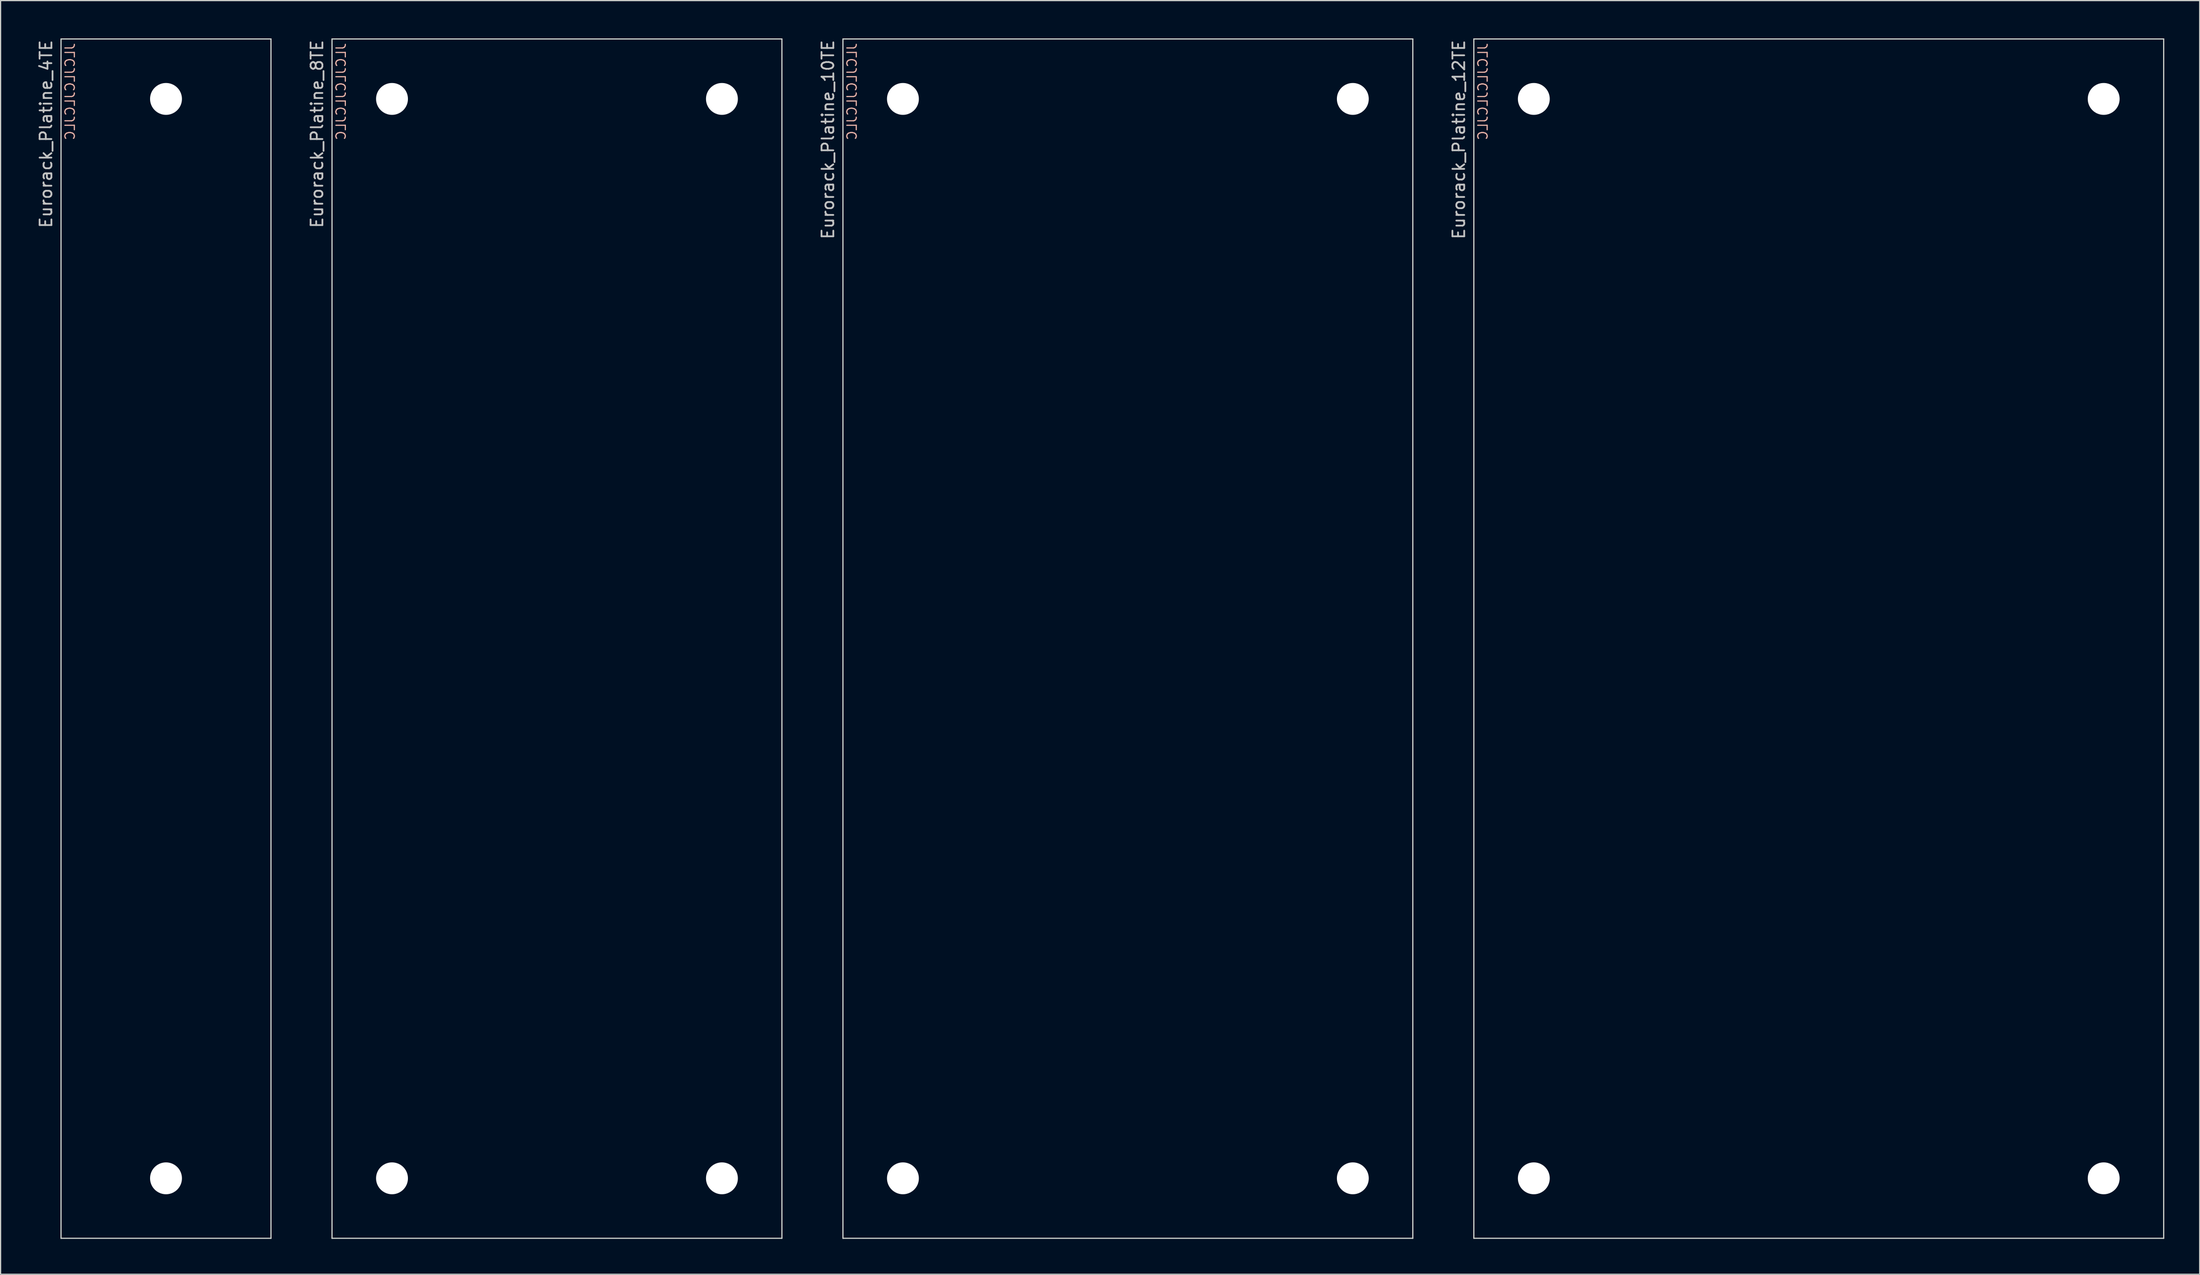
<source format=kicad_pcb>
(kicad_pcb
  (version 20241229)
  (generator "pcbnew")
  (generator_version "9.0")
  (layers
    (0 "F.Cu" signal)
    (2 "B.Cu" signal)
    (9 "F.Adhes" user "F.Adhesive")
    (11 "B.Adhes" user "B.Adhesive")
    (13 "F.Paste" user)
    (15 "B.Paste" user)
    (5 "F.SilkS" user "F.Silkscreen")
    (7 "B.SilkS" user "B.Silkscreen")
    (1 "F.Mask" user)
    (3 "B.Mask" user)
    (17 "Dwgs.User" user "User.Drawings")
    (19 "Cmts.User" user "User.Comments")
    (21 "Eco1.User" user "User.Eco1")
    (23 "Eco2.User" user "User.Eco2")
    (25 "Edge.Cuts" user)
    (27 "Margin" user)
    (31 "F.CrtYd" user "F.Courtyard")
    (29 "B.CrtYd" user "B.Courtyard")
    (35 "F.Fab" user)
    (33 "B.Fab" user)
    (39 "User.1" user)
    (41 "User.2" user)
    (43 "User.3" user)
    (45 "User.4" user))
  (footprint "Eurorack_Platine_12TE"
    (layer "F.Cu")
    (at 121.763 0.25)
    (property "Reference" "Eurorack_Platine_12TE" (at -1.27 0 90) (layer "Dwgs.User") (effects (font (size 1 1) (thickness 0.15)) (justify right)))
    (attr through_hole)
    (fp_line (start 0 0) (end 58.42 0) (stroke (width 0.1) (type solid)) (layer "Edge.Cuts"))
    (fp_line (start 0 101.6) (end 0 0) (stroke (width 0.1) (type solid)) (layer "Edge.Cuts"))
    (fp_line (start 0 101.6) (end 58.42 101.6) (stroke (width 0.1) (type solid)) (layer "Edge.Cuts"))
    (fp_line (start 58.42 0) (end 58.42 101.6) (stroke (width 0.1) (type solid)) (layer "Edge.Cuts"))
    (fp_text user "JLCJLCJLCJLC" (at 0.762 8.636 90) (layer "B.SilkS") (effects (font (size 0.8 0.8) (thickness 0.1)) (justify right mirror)))
    (pad "" np_thru_hole circle (at 5.08 5.08) (size 2.7 2.7) (drill 2.7) (layers "*.Cu" "*.Mask"))
    (pad "" np_thru_hole circle (at 5.08 96.52) (size 2.7 2.7) (drill 2.7) (layers "*.Cu" "*.Mask"))
    (pad "" np_thru_hole circle (at 53.34 5.08) (size 2.7 2.7) (drill 2.7) (layers "*.Cu" "*.Mask"))
    (pad "" np_thru_hole circle (at 53.34 96.52) (size 2.7 2.7) (drill 2.7) (layers "*.Cu" "*.Mask")))
  (footprint "Eurorack_Platine_8TE"
    (layer "F.Cu")
    (at 25.067 0.25)
    (property "Reference" "Eurorack_Platine_8TE" (at -1.27 0 90) (layer "Dwgs.User") (effects (font (size 1 1) (thickness 0.15)) (justify right)))
    (attr through_hole)
    (fp_line (start 0 0) (end 38.1 0) (stroke (width 0.1) (type solid)) (layer "Edge.Cuts"))
    (fp_line (start 0 101.6) (end 0 0) (stroke (width 0.1) (type solid)) (layer "Edge.Cuts"))
    (fp_line (start 0 101.6) (end 38.1 101.6) (stroke (width 0.1) (type solid)) (layer "Edge.Cuts"))
    (fp_line (start 38.1 0) (end 38.1 101.6) (stroke (width 0.1) (type solid)) (layer "Edge.Cuts"))
    (fp_text user "JLCJLCJLCJLC" (at 0.762 8.636 90) (layer "B.SilkS") (effects (font (size 0.8 0.8) (thickness 0.1)) (justify right mirror)))
    (pad "" np_thru_hole circle (at 5.08 5.08) (size 2.7 2.7) (drill 2.7) (layers "*.Cu" "*.Mask"))
    (pad "" np_thru_hole circle (at 5.08 96.52) (size 2.7 2.7) (drill 2.7) (layers "*.Cu" "*.Mask"))
    (pad "" np_thru_hole circle (at 33.02 5.08) (size 2.7 2.7) (drill 2.7) (layers "*.Cu" "*.Mask"))
    (pad "" np_thru_hole circle (at 33.02 96.52) (size 2.7 2.7) (drill 2.7) (layers "*.Cu" "*.Mask")))
  (footprint "Eurorack_Platine_4TE"
    (layer "F.Cu")
    (at 2.118 0.25)
    (property "Reference" "Eurorack_Platine_4TE" (at -1.27 0 90) (layer "Dwgs.User") (effects (font (size 1 1) (thickness 0.15)) (justify right)))
    (attr through_hole)
    (fp_line (start 0 0) (end 17.78 0) (stroke (width 0.1) (type solid)) (layer "Edge.Cuts"))
    (fp_line (start 0 101.6) (end 0 0) (stroke (width 0.1) (type solid)) (layer "Edge.Cuts"))
    (fp_line (start 0 101.6) (end 17.78 101.6) (stroke (width 0.1) (type solid)) (layer "Edge.Cuts"))
    (fp_line (start 17.78 0) (end 17.78 101.6) (stroke (width 0.1) (type solid)) (layer "Edge.Cuts"))
    (fp_text user "JLCJLCJLCJLC" (at 0.762 8.636 90) (layer "B.SilkS") (effects (font (size 0.8 0.8) (thickness 0.1)) (justify right mirror)))
    (pad "" np_thru_hole circle (at 8.89 5.08) (size 2.7 2.7) (drill 2.7) (layers "*.Cu" "*.Mask"))
    (pad "" np_thru_hole circle (at 8.89 96.52) (size 2.7 2.7) (drill 2.7) (layers "*.Cu" "*.Mask")))
  (footprint "Eurorack_Platine_10TE"
    (layer "F.Cu")
    (at 68.335 0.25)
    (property "Reference" "Eurorack_Platine_10TE" (at -1.27 0 90) (layer "Dwgs.User") (effects (font (size 1 1) (thickness 0.15)) (justify right)))
    (attr through_hole)
    (fp_line (start 0 0) (end 48.26 0) (stroke (width 0.1) (type solid)) (layer "Edge.Cuts"))
    (fp_line (start 0 101.6) (end 0 0) (stroke (width 0.1) (type solid)) (layer "Edge.Cuts"))
    (fp_line (start 0 101.6) (end 48.26 101.6) (stroke (width 0.1) (type solid)) (layer "Edge.Cuts"))
    (fp_line (start 48.26 0) (end 48.26 101.6) (stroke (width 0.1) (type solid)) (layer "Edge.Cuts"))
    (fp_text user "JLCJLCJLCJLC" (at 0.762 8.636 90) (layer "B.SilkS") (effects (font (size 0.8 0.8) (thickness 0.1)) (justify right mirror)))
    (pad "" np_thru_hole circle (at 5.08 5.08) (size 2.7 2.7) (drill 2.7) (layers "*.Cu" "*.Mask"))
    (pad "" np_thru_hole circle (at 5.08 96.52) (size 2.7 2.7) (drill 2.7) (layers "*.Cu" "*.Mask"))
    (pad "" np_thru_hole circle (at 43.18 5.08) (size 2.7 2.7) (drill 2.7) (layers "*.Cu" "*.Mask"))
    (pad "" np_thru_hole circle (at 43.18 96.52) (size 2.7 2.7) (drill 2.7) (layers "*.Cu" "*.Mask")))
  (gr_rect
    (start -3 -3)
    (end 183.233 104.9)
    (stroke (width 0.1) (type default))
    (fill no)
    (layer "Edge.Cuts")))
</source>
